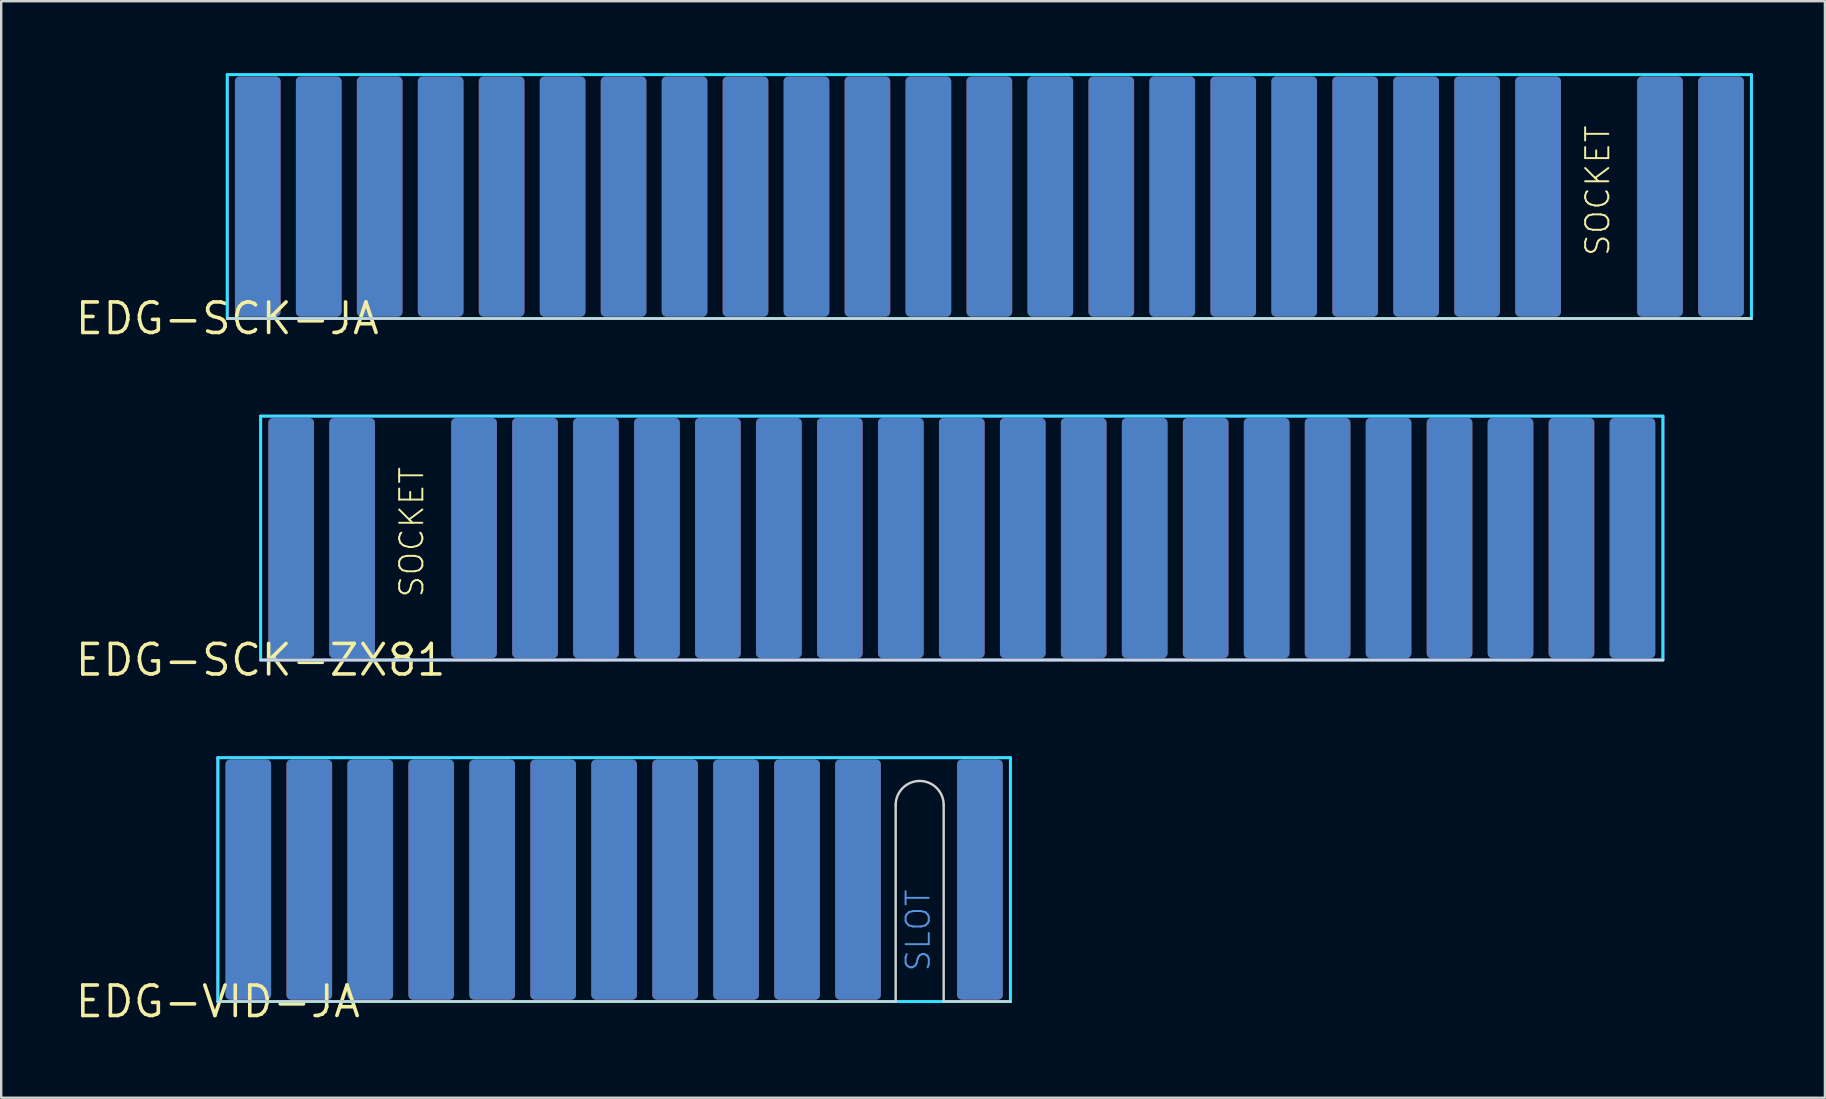
<source format=kicad_pcb>
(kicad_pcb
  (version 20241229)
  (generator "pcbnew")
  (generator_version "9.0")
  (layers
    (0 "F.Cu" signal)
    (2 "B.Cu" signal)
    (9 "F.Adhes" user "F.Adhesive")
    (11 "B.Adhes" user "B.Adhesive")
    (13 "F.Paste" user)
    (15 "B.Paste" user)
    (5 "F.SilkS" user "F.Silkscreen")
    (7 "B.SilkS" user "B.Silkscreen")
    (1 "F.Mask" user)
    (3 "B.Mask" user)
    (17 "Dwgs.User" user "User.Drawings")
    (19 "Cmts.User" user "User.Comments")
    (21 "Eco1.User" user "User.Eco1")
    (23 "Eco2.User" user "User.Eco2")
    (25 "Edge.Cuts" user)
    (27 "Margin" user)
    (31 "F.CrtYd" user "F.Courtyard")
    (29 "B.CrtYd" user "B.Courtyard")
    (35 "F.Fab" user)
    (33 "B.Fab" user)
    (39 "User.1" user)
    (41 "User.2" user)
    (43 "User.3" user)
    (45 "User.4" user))
  (footprint "EDG-SCK-JA"
    (layer "F.Cu")
    (at 6.418 10.22)
    (property "Reference" "EDG-SCK-JA" (at 0 0 0) (layer "F.SilkS") (effects (font (size 1.27 1.27) (thickness 0.15))))
    (attr through_hole)
    (fp_line (start 0 0) (end 63.5 0) (stroke (width 0.1) (type solid)) (layer "Edge.Cuts"))
    (fp_line (start 0 -10.16) (end 63.5 -10.16) (stroke (width 0.12) (type solid)) (layer "B.CrtYd"))
    (fp_line (start 0 0) (end 0 -10.16) (stroke (width 0.12) (type solid)) (layer "B.CrtYd"))
    (fp_line (start 63.5 -10.16) (end 63.5 0) (stroke (width 0.12) (type solid)) (layer "B.CrtYd"))
    (fp_line (start 63.5 0) (end 0 0) (stroke (width 0.12) (type solid)) (layer "B.CrtYd"))
    (fp_line (start 0 -10.16) (end 63.5 -10.16) (stroke (width 0.12) (type solid)) (layer "F.CrtYd"))
    (fp_line (start 0 0) (end 0 -10.16) (stroke (width 0.12) (type solid)) (layer "F.CrtYd"))
    (fp_line (start 63.5 -10.16) (end 63.5 0) (stroke (width 0.12) (type solid)) (layer "F.CrtYd"))
    (fp_line (start 63.5 0) (end 0 0) (stroke (width 0.12) (type solid)) (layer "F.CrtYd"))
    (fp_text user "SOCKET" (at 57.658 -2.54 90) (unlocked yes) (layer "F.SilkS") (effects (font (size 0.965 0.965) (thickness 0.081)) (justify left bottom)))
    (pad "+5V" smd roundrect (at 8.89 -5.08) (size 1.9 10) (layers "F.Cu" "F.Mask" "F.Paste") (roundrect_rratio 0.1))
    (pad "+9V" smd roundrect (at 6.35 -5.08) (size 1.9 10) (layers "F.Cu" "F.Mask" "F.Paste") (roundrect_rratio 0.1))
    (pad "A0" smd roundrect (at 46.99 -5.08) (size 1.9 10) (layers "F.Cu" "F.Mask" "F.Paste") (roundrect_rratio 0.1))
    (pad "A1" smd roundrect (at 46.99 -5.08) (size 1.9 10) (layers "B.Cu" "B.Mask" "B.Paste") (roundrect_rratio 0.1))
    (pad "A2" smd roundrect (at 34.29 -5.08) (size 1.9 10) (layers "F.Cu" "F.Mask" "F.Paste") (roundrect_rratio 0.1))
    (pad "A3" smd roundrect (at 44.45 -5.08) (size 1.9 10) (layers "B.Cu" "B.Mask" "B.Paste") (roundrect_rratio 0.1))
    (pad "A4" smd roundrect (at 41.91 -5.08) (size 1.9 10) (layers "B.Cu" "B.Mask" "B.Paste") (roundrect_rratio 0.1))
    (pad "A5" smd roundrect (at 39.37 -5.08) (size 1.9 10) (layers "B.Cu" "B.Mask" "B.Paste") (roundrect_rratio 0.1))
    (pad "A6" smd roundrect (at 36.83 -5.08) (size 1.9 10) (layers "B.Cu" "B.Mask" "B.Paste") (roundrect_rratio 0.1))
    (pad "A7" smd roundrect (at 44.45 -5.08) (size 1.9 10) (layers "F.Cu" "F.Mask" "F.Paste") (roundrect_rratio 0.1))
    (pad "A8" smd roundrect (at 41.91 -5.08) (size 1.9 10) (layers "F.Cu" "F.Mask" "F.Paste") (roundrect_rratio 0.1))
    (pad "A9" smd roundrect (at 39.37 -5.08) (size 1.9 10) (layers "F.Cu" "F.Mask" "F.Paste") (roundrect_rratio 0.1))
    (pad "A10" smd roundrect (at 36.83 -5.08) (size 1.9 10) (layers "F.Cu" "F.Mask" "F.Paste") (roundrect_rratio 0.1))
    (pad "A11" smd roundrect (at 13.97 -5.08) (size 1.9 10) (layers "F.Cu" "F.Mask" "F.Paste") (roundrect_rratio 0.1))
    (pad "A12" smd roundrect (at 16.51 -5.08) (size 1.9 10) (layers "F.Cu" "F.Mask" "F.Paste") (roundrect_rratio 0.1))
    (pad "A13" smd roundrect (at 19.05 -5.08) (size 1.9 10) (layers "F.Cu" "F.Mask" "F.Paste") (roundrect_rratio 0.1))
    (pad "A14" smd roundrect (at 21.59 -5.08) (size 1.9 10) (layers "F.Cu" "F.Mask" "F.Paste") (roundrect_rratio 0.1))
    (pad "A15" smd roundrect (at 24.13 -5.08) (size 1.9 10) (layers "F.Cu" "F.Mask" "F.Paste") (roundrect_rratio 0.1))
    (pad "D0" smd roundrect (at 49.53 -5.08) (size 1.9 10) (layers "B.Cu" "B.Mask" "B.Paste") (roundrect_rratio 0.1))
    (pad "D1" smd roundrect (at 49.53 -5.08) (size 1.9 10) (layers "F.Cu" "F.Mask" "F.Paste") (roundrect_rratio 0.1))
    (pad "D2" smd roundrect (at 52.07 -5.08) (size 1.9 10) (layers "B.Cu" "B.Mask" "B.Paste") (roundrect_rratio 0.1))
    (pad "D3" smd roundrect (at 29.21 -5.08) (size 1.9 10) (layers "F.Cu" "F.Mask" "F.Paste") (roundrect_rratio 0.1))
    (pad "D4" smd roundrect (at 26.67 -5.08) (size 1.9 10) (layers "F.Cu" "F.Mask" "F.Paste") (roundrect_rratio 0.1))
    (pad "D5" smd roundrect (at 31.75 -5.08) (size 1.9 10) (layers "F.Cu" "F.Mask" "F.Paste") (roundrect_rratio 0.1))
    (pad "D6" smd roundrect (at 52.07 -5.08) (size 1.9 10) (layers "F.Cu" "F.Mask" "F.Paste") (roundrect_rratio 0.1))
    (pad "D7" smd roundrect (at 54.61 -5.08) (size 1.9 10) (layers "B.Cu" "B.Mask" "B.Paste") (roundrect_rratio 0.1))
    (pad "GND0" smd roundrect (at 1.27 -5.08) (size 1.9 10) (layers "B.Cu" "B.Mask" "B.Paste") (roundrect_rratio 0.1))
    (pad "GND1" smd roundrect (at 1.27 -5.08) (size 1.9 10) (layers "F.Cu" "F.Mask" "F.Paste") (roundrect_rratio 0.1))
    (pad "GND2" smd roundrect (at 3.81 -5.08) (size 1.9 10) (layers "F.Cu" "F.Mask" "F.Paste") (roundrect_rratio 0.1))
    (pad "N.C.1" smd roundrect (at 62.23 -5.08) (size 1.9 10) (layers "F.Cu" "F.Mask" "F.Paste") (roundrect_rratio 0.1))
    (pad "N.C.2" smd roundrect (at 59.69 -5.08) (size 1.9 10) (layers "F.Cu" "F.Mask" "F.Paste") (roundrect_rratio 0.1))
    (pad "N.C.3" smd roundrect (at 62.23 -5.08) (size 1.9 10) (layers "B.Cu" "B.Mask" "B.Paste") (roundrect_rratio 0.1))
    (pad "N.C.4" smd roundrect (at 59.69 -5.08) (size 1.9 10) (layers "B.Cu" "B.Mask" "B.Paste") (roundrect_rratio 0.1))
    (pad "~{BUSACK}" smd roundrect (at 21.59 -5.08) (size 1.9 10) (layers "B.Cu" "B.Mask" "B.Paste") (roundrect_rratio 0.1))
    (pad "~{BUSREQ}" smd roundrect (at 26.67 -5.08) (size 1.9 10) (layers "B.Cu" "B.Mask" "B.Paste") (roundrect_rratio 0.1))
    (pad "~{CLK}" smd roundrect (at 11.43 -5.08) (size 1.9 10) (layers "F.Cu" "F.Mask" "F.Paste") (roundrect_rratio 0.1))
    (pad "~{HALT}" smd roundrect (at 8.89 -5.08) (size 1.9 10) (layers "B.Cu" "B.Mask" "B.Paste") (roundrect_rratio 0.1))
    (pad "~{INT}" smd roundrect (at 3.81 -5.08) (size 1.9 10) (layers "B.Cu" "B.Mask" "B.Paste") (roundrect_rratio 0.1))
    (pad "~{IOREQ}" smd roundrect (at 13.97 -5.08) (size 1.9 10) (layers "B.Cu" "B.Mask" "B.Paste") (roundrect_rratio 0.1))
    (pad "~{M1}" smd roundrect (at 31.75 -5.08) (size 1.9 10) (layers "B.Cu" "B.Mask" "B.Paste") (roundrect_rratio 0.1))
    (pad "~{MREQ}" smd roundrect (at 11.43 -5.08) (size 1.9 10) (layers "B.Cu" "B.Mask" "B.Paste") (roundrect_rratio 0.1))
    (pad "~{NMI}" smd roundrect (at 6.35 -5.08) (size 1.9 10) (layers "B.Cu" "B.Mask" "B.Paste") (roundrect_rratio 0.1))
    (pad "~{RD}" smd roundrect (at 16.51 -5.08) (size 1.9 10) (layers "B.Cu" "B.Mask" "B.Paste") (roundrect_rratio 0.1))
    (pad "~{RESET}" smd roundrect (at 29.21 -5.08) (size 1.9 10) (layers "B.Cu" "B.Mask" "B.Paste") (roundrect_rratio 0.1))
    (pad "~{RFSH}" smd roundrect (at 34.29 -5.08) (size 1.9 10) (layers "B.Cu" "B.Mask" "B.Paste") (roundrect_rratio 0.1))
    (pad "~{WAIT}" smd roundrect (at 24.13 -5.08) (size 1.9 10) (layers "B.Cu" "B.Mask" "B.Paste") (roundrect_rratio 0.1))
    (pad "~{WE}" smd roundrect (at 54.61 -5.08) (size 1.9 10) (layers "F.Cu" "F.Mask" "F.Paste") (roundrect_rratio 0.1))
    (pad "~{WR}" smd roundrect (at 19.05 -5.08) (size 1.9 10) (layers "B.Cu" "B.Mask" "B.Paste") (roundrect_rratio 0.1)))
  (footprint "EDG-SCK-ZX81"
    (layer "F.Cu")
    (at 7.809 24.446)
    (property "Reference" "EDG-SCK-ZX81" (at 0 0 0) (layer "F.SilkS") (effects (font (size 1.27 1.27) (thickness 0.15))))
    (attr through_hole)
    (fp_line (start 58.42 0) (end 0 0) (stroke (width 0.1) (type solid)) (layer "Edge.Cuts"))
    (fp_line (start 0 -10.16) (end 58.42 -10.16) (stroke (width 0.12) (type solid)) (layer "B.CrtYd"))
    (fp_line (start 0 0) (end 0 -10.16) (stroke (width 0.12) (type solid)) (layer "B.CrtYd"))
    (fp_line (start 58.42 -10.16) (end 58.42 0) (stroke (width 0.12) (type solid)) (layer "B.CrtYd"))
    (fp_line (start 58.42 0) (end 0 0) (stroke (width 0.12) (type solid)) (layer "B.CrtYd"))
    (fp_line (start 0 -10.16) (end 58.42 -10.16) (stroke (width 0.12) (type solid)) (layer "F.CrtYd"))
    (fp_line (start 0 0) (end 0 -10.16) (stroke (width 0.12) (type solid)) (layer "F.CrtYd"))
    (fp_line (start 0 0) (end 58.42 0) (stroke (width 0.12) (type solid)) (layer "F.CrtYd"))
    (fp_line (start 58.42 -10.16) (end 58.42 0) (stroke (width 0.12) (type solid)) (layer "F.CrtYd"))
    (fp_text user "SOCKET" (at 6.858 -2.54 90) (unlocked yes) (layer "F.SilkS") (effects (font (size 0.965 0.965) (thickness 0.081)) (justify left bottom)))
    (pad "+5V" smd roundrect (at 1.27 -5.08) (size 1.9 10) (layers "B.Cu" "B.Mask" "B.Paste") (roundrect_rratio 0.1))
    (pad "+9V" smd roundrect (at 3.81 -5.08) (size 1.9 10) (layers "B.Cu" "B.Mask" "B.Paste") (roundrect_rratio 0.1))
    (pad "A0" smd roundrect (at 16.51 -5.08) (size 1.9 10) (layers "B.Cu" "B.Mask" "B.Paste") (roundrect_rratio 0.1))
    (pad "A1" smd roundrect (at 19.05 -5.08) (size 1.9 10) (layers "B.Cu" "B.Mask" "B.Paste") (roundrect_rratio 0.1))
    (pad "A2" smd roundrect (at 21.59 -5.08) (size 1.9 10) (layers "B.Cu" "B.Mask" "B.Paste") (roundrect_rratio 0.1))
    (pad "A3" smd roundrect (at 24.13 -5.08) (size 1.9 10) (layers "B.Cu" "B.Mask" "B.Paste") (roundrect_rratio 0.1))
    (pad "A4" smd roundrect (at 54.61 -5.08) (size 1.9 10) (layers "B.Cu" "B.Mask" "B.Paste") (roundrect_rratio 0.1))
    (pad "A5" smd roundrect (at 52.07 -5.08) (size 1.9 10) (layers "B.Cu" "B.Mask" "B.Paste") (roundrect_rratio 0.1))
    (pad "A6" smd roundrect (at 49.53 -5.08) (size 1.9 10) (layers "B.Cu" "B.Mask" "B.Paste") (roundrect_rratio 0.1))
    (pad "A7" smd roundrect (at 46.99 -5.08) (size 1.9 10) (layers "B.Cu" "B.Mask" "B.Paste") (roundrect_rratio 0.1))
    (pad "A8" smd roundrect (at 44.45 -5.08) (size 1.9 10) (layers "B.Cu" "B.Mask" "B.Paste") (roundrect_rratio 0.1))
    (pad "A9" smd roundrect (at 41.91 -5.08) (size 1.9 10) (layers "B.Cu" "B.Mask" "B.Paste") (roundrect_rratio 0.1))
    (pad "A10" smd roundrect (at 39.37 -5.08) (size 1.9 10) (layers "B.Cu" "B.Mask" "B.Paste") (roundrect_rratio 0.1))
    (pad "A11" smd roundrect (at 36.83 -5.08) (size 1.9 10) (layers "B.Cu" "B.Mask" "B.Paste") (roundrect_rratio 0.1))
    (pad "A12" smd roundrect (at 34.29 -5.08) (size 1.9 10) (layers "B.Cu" "B.Mask" "B.Paste") (roundrect_rratio 0.1))
    (pad "A13" smd roundrect (at 31.75 -5.08) (size 1.9 10) (layers "B.Cu" "B.Mask" "B.Paste") (roundrect_rratio 0.1))
    (pad "A14" smd roundrect (at 29.21 -5.08) (size 1.9 10) (layers "B.Cu" "B.Mask" "B.Paste") (roundrect_rratio 0.1))
    (pad "A15" smd roundrect (at 26.67 -5.08) (size 1.9 10) (layers "B.Cu" "B.Mask" "B.Paste") (roundrect_rratio 0.1))
    (pad "D0" smd roundrect (at 8.89 -5.08) (size 1.9 10) (layers "F.Cu" "F.Mask" "F.Paste") (roundrect_rratio 0.1))
    (pad "D1" smd roundrect (at 11.43 -5.08) (size 1.9 10) (layers "F.Cu" "F.Mask" "F.Paste") (roundrect_rratio 0.1))
    (pad "D2" smd roundrect (at 13.97 -5.08) (size 1.9 10) (layers "F.Cu" "F.Mask" "F.Paste") (roundrect_rratio 0.1))
    (pad "D3" smd roundrect (at 21.59 -5.08) (size 1.9 10) (layers "F.Cu" "F.Mask" "F.Paste") (roundrect_rratio 0.1))
    (pad "D4" smd roundrect (at 24.13 -5.08) (size 1.9 10) (layers "F.Cu" "F.Mask" "F.Paste") (roundrect_rratio 0.1))
    (pad "D5" smd roundrect (at 19.05 -5.08) (size 1.9 10) (layers "F.Cu" "F.Mask" "F.Paste") (roundrect_rratio 0.1))
    (pad "D6" smd roundrect (at 16.51 -5.08) (size 1.9 10) (layers "F.Cu" "F.Mask" "F.Paste") (roundrect_rratio 0.1))
    (pad "D7" smd roundrect (at 1.27 -5.08) (size 1.9 10) (layers "F.Cu" "F.Mask" "F.Paste") (roundrect_rratio 0.1))
    (pad "GND0" smd roundrect (at 8.89 -5.08) (size 1.9 10) (layers "B.Cu" "B.Mask" "B.Paste") (roundrect_rratio 0.1))
    (pad "GND1" smd roundrect (at 11.43 -5.08) (size 1.9 10) (layers "B.Cu" "B.Mask" "B.Paste") (roundrect_rratio 0.1))
    (pad "RAM C.S." smd roundrect (at 3.81 -5.08) (size 1.9 10) (layers "F.Cu" "F.Mask" "F.Paste") (roundrect_rratio 0.1))
    (pad "~{BUSAC}" smd roundrect (at 44.45 -5.08) (size 1.9 10) (layers "F.Cu" "F.Mask" "F.Paste") (roundrect_rratio 0.1))
    (pad "~{BUSRQ}" smd roundrect (at 49.53 -5.08) (size 1.9 10) (layers "F.Cu" "F.Mask" "F.Paste") (roundrect_rratio 0.1))
    (pad "~{HALT}" smd roundrect (at 31.75 -5.08) (size 1.9 10) (layers "F.Cu" "F.Mask" "F.Paste") (roundrect_rratio 0.1))
    (pad "~{INT}" smd roundrect (at 26.67 -5.08) (size 1.9 10) (layers "F.Cu" "F.Mask" "F.Paste") (roundrect_rratio 0.1))
    (pad "~{IORQ}" smd roundrect (at 36.83 -5.08) (size 1.9 10) (layers "F.Cu" "F.Mask" "F.Paste") (roundrect_rratio 0.1))
    (pad "~{M1}" smd roundrect (at 54.61 -5.08) (size 1.9 10) (layers "F.Cu" "F.Mask" "F.Paste") (roundrect_rratio 0.1))
    (pad "~{MREQ}" smd roundrect (at 34.29 -5.08) (size 1.9 10) (layers "F.Cu" "F.Mask" "F.Paste") (roundrect_rratio 0.1))
    (pad "~{NMI}" smd roundrect (at 29.21 -5.08) (size 1.9 10) (layers "F.Cu" "F.Mask" "F.Paste") (roundrect_rratio 0.1))
    (pad "~{PHI}" smd roundrect (at 13.97 -5.08) (size 1.9 10) (layers "B.Cu" "B.Mask" "B.Paste") (roundrect_rratio 0.1))
    (pad "~{RD}" smd roundrect (at 39.37 -5.08) (size 1.9 10) (layers "F.Cu" "F.Mask" "F.Paste") (roundrect_rratio 0.1))
    (pad "~{RESET}" smd roundrect (at 52.07 -5.08) (size 1.9 10) (layers "F.Cu" "F.Mask" "F.Paste") (roundrect_rratio 0.1))
    (pad "~{RFSH}" smd roundrect (at 57.15 -5.08) (size 1.9 10) (layers "F.Cu" "F.Mask" "F.Paste") (roundrect_rratio 0.1))
    (pad "~{ROM C.S.}" smd roundrect (at 57.15 -5.08) (size 1.9 10) (layers "B.Cu" "B.Mask" "B.Paste") (roundrect_rratio 0.1))
    (pad "~{WAIT}" smd roundrect (at 46.99 -5.08) (size 1.9 10) (layers "F.Cu" "F.Mask" "F.Paste") (roundrect_rratio 0.1))
    (pad "~{WR}" smd roundrect (at 41.91 -5.08) (size 1.9 10) (layers "F.Cu" "F.Mask" "F.Paste") (roundrect_rratio 0.1)))
  (footprint "EDG-VID-JA"
    (layer "F.Cu")
    (at 6.025 38.676)
    (property "Reference" "EDG-VID-JA" (at 0 0 0) (layer "F.SilkS") (effects (font (size 1.27 1.27) (thickness 0.15))))
    (attr through_hole)
    (fp_line (start 0 0) (end 28.24 0) (stroke (width 0.1) (type solid)) (layer "Edge.Cuts"))
    (fp_line (start 28.24 0) (end 28.24 -8.19) (stroke (width 0.1) (type solid)) (layer "Edge.Cuts"))
    (fp_line (start 30.24 -8.19) (end 30.24 0) (stroke (width 0.1) (type solid)) (layer "Edge.Cuts"))
    (fp_line (start 30.24 0) (end 33.02 0) (stroke (width 0.1) (type solid)) (layer "Edge.Cuts"))
    (fp_arc (start 28.24 -8.19) (mid 28.532893 -8.897107) (end 29.24 -9.19) (stroke (width 0.1) (type solid)) (layer "Edge.Cuts"))
    (fp_arc (start 29.24 -9.19) (mid 29.947107 -8.897107) (end 30.24 -8.19) (stroke (width 0.1) (type solid)) (layer "Edge.Cuts"))
    (fp_line (start 0 -10.16) (end 33.02 -10.16) (stroke (width 0.12) (type solid)) (layer "B.CrtYd"))
    (fp_line (start 0 0) (end 0 -10.16) (stroke (width 0.12) (type solid)) (layer "B.CrtYd"))
    (fp_line (start 33.02 -10.16) (end 33.02 0) (stroke (width 0.12) (type solid)) (layer "B.CrtYd"))
    (fp_line (start 33.02 0) (end 0 0) (stroke (width 0.12) (type solid)) (layer "B.CrtYd"))
    (fp_line (start 0 -10.16) (end 0 0) (stroke (width 0.127) (type solid)) (layer "F.CrtYd"))
    (fp_line (start 0 -10.16) (end 33.02 -10.16) (stroke (width 0.12) (type solid)) (layer "F.CrtYd"))
    (fp_line (start 33.02 0) (end 0 0) (stroke (width 0.12) (type solid)) (layer "F.CrtYd"))
    (fp_line (start 33.02 0) (end 33.02 -10.16) (stroke (width 0.127) (type solid)) (layer "F.CrtYd"))
    (fp_text user "SLOT" (at 29.74 -1.19 90) (layer "Cmts.User") (effects (font (size 0.965 0.965) (thickness 0.081)) (justify left bottom)))
    (pad "+5V" smd roundrect (at 26.67 -5.08) (size 1.9 10) (layers "F.Cu" "F.Mask" "F.Paste") (roundrect_rratio 0.1))
    (pad "0V.1" smd roundrect (at 31.75 -5.08) (size 1.9 10) (layers "B.Cu" "B.Mask" "B.Paste") (roundrect_rratio 0.1))
    (pad "0V.2" smd roundrect (at 26.67 -5.08) (size 1.9 10) (layers "B.Cu" "B.Mask" "B.Paste") (roundrect_rratio 0.1))
    (pad "H0/A0" smd roundrect (at 1.27 -5.08) (size 1.9 10) (layers "B.Cu" "B.Mask" "B.Paste") (roundrect_rratio 0.1))
    (pad "H1/A1" smd roundrect (at 21.59 -5.08) (size 1.9 10) (layers "B.Cu" "B.Mask" "B.Paste") (roundrect_rratio 0.1))
    (pad "H2/A2" smd roundrect (at 13.97 -5.08) (size 1.9 10) (layers "F.Cu" "F.Mask" "F.Paste") (roundrect_rratio 0.1))
    (pad "H3/A3" smd roundrect (at 1.27 -5.08) (size 1.9 10) (layers "F.Cu" "F.Mask" "F.Paste") (roundrect_rratio 0.1))
    (pad "H4/A4" smd roundrect (at 3.81 -5.08) (size 1.9 10) (layers "B.Cu" "B.Mask" "B.Paste") (roundrect_rratio 0.1))
    (pad "N.C." smd roundrect (at 24.13 -5.08) (size 1.9 10) (layers "B.Cu" "B.Mask" "B.Paste") (roundrect_rratio 0.1))
    (pad "V0/A5" smd roundrect (at 3.81 -5.08) (size 1.9 10) (layers "F.Cu" "F.Mask" "F.Paste") (roundrect_rratio 0.1))
    (pad "V1/A6" smd roundrect (at 11.43 -5.08) (size 1.9 10) (layers "F.Cu" "F.Mask" "F.Paste") (roundrect_rratio 0.1))
    (pad "V2/A7" smd roundrect (at 19.05 -5.08) (size 1.9 10) (layers "B.Cu" "B.Mask" "B.Paste") (roundrect_rratio 0.1))
    (pad "V3/A8" smd roundrect (at 19.05 -5.08) (size 1.9 10) (layers "F.Cu" "F.Mask" "F.Paste") (roundrect_rratio 0.1))
    (pad "V4/A9" smd roundrect (at 21.59 -5.08) (size 1.9 10) (layers "F.Cu" "F.Mask" "F.Paste") (roundrect_rratio 0.1))
    (pad "VD0" smd roundrect (at 11.43 -5.08) (size 1.9 10) (layers "B.Cu" "B.Mask" "B.Paste") (roundrect_rratio 0.1))
    (pad "VD1" smd roundrect (at 8.89 -5.08) (size 1.9 10) (layers "F.Cu" "F.Mask" "F.Paste") (roundrect_rratio 0.1))
    (pad "VD2" smd roundrect (at 6.35 -5.08) (size 1.9 10) (layers "F.Cu" "F.Mask" "F.Paste") (roundrect_rratio 0.1))
    (pad "VD3" smd roundrect (at 6.35 -5.08) (size 1.9 10) (layers "B.Cu" "B.Mask" "B.Paste") (roundrect_rratio 0.1))
    (pad "VD4" smd roundrect (at 8.89 -5.08) (size 1.9 10) (layers "B.Cu" "B.Mask" "B.Paste") (roundrect_rratio 0.1))
    (pad "VD5" smd roundrect (at 16.51 -5.08) (size 1.9 10) (layers "B.Cu" "B.Mask" "B.Paste") (roundrect_rratio 0.1))
    (pad "VD6" smd roundrect (at 24.13 -5.08) (size 1.9 10) (layers "F.Cu" "F.Mask" "F.Paste") (roundrect_rratio 0.1))
    (pad "VD7" smd roundrect (at 13.97 -5.08) (size 1.9 10) (layers "B.Cu" "B.Mask" "B.Paste") (roundrect_rratio 0.1))
    (pad "VIDEO" smd roundrect (at 31.75 -5.08) (size 1.9 10) (layers "F.Cu" "F.Mask" "F.Paste") (roundrect_rratio 0.1))
    (pad "WE" smd roundrect (at 16.51 -5.08) (size 1.9 10) (layers "F.Cu" "F.Mask" "F.Paste") (roundrect_rratio 0.1)))
  (gr_rect
    (start -3 -3)
    (end 72.978 42.682)
    (stroke (width 0.1) (type default))
    (fill no)
    (layer "Edge.Cuts")))
</source>
